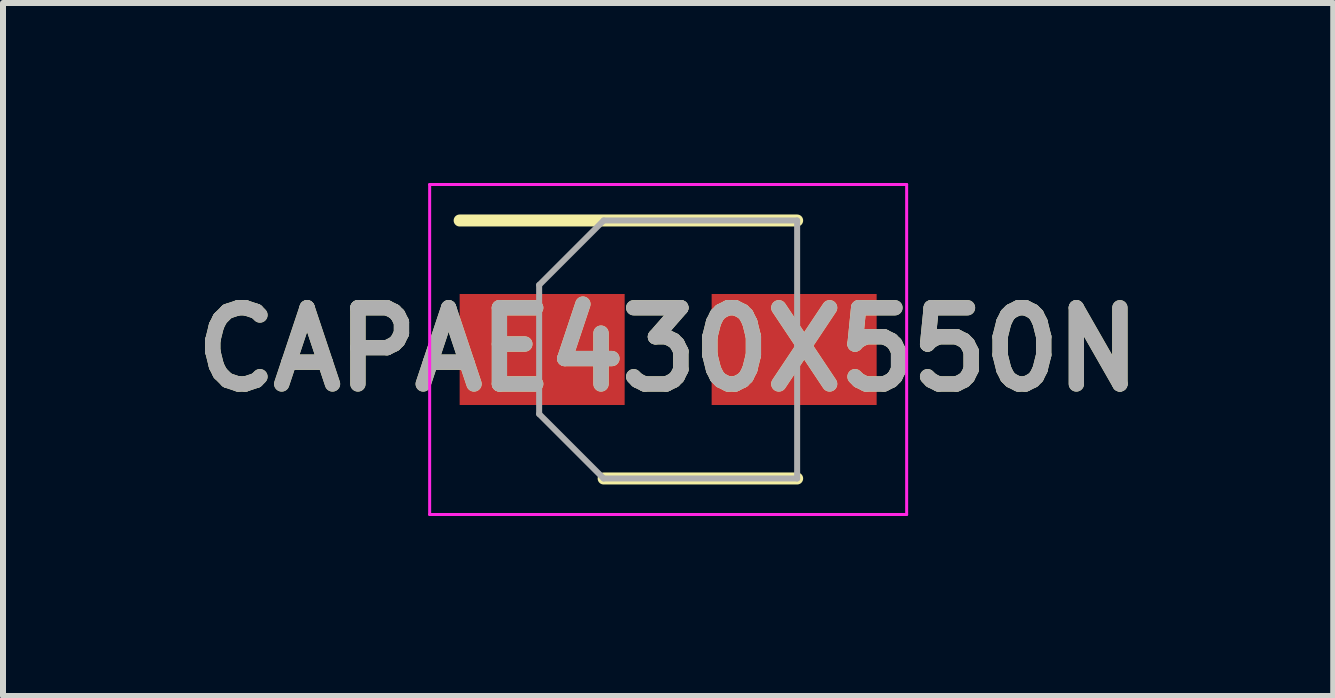
<source format=kicad_pcb>
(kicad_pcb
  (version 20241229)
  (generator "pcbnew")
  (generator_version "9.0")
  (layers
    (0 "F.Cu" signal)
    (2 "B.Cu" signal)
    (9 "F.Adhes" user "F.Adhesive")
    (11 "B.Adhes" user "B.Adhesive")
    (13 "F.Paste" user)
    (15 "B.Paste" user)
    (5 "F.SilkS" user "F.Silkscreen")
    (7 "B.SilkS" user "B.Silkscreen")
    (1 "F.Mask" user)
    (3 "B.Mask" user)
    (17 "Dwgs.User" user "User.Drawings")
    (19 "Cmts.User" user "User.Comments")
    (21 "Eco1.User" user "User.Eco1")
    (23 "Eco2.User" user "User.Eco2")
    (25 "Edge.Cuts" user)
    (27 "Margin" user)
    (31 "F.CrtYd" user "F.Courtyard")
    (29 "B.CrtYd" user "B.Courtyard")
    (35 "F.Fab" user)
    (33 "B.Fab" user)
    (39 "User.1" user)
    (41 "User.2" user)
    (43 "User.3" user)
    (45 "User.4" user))
  (footprint "CAPAE430X550N"
    (layer "F.Cu")
    (at 8.086 2.775)
    (property "Reference" "CAPAE430X550N" (at 0 0 0) (layer "F.SilkS") (effects (font (size 1.27 1.27) (thickness 0.254))))
    (attr smd)
    (fp_line (start -3.475 -2.15) (end 2.15 -2.15) (stroke (width 0.2) (type solid)) (layer "F.SilkS"))
    (fp_line (start -1.075 2.15) (end 2.15 2.15) (stroke (width 0.2) (type solid)) (layer "F.SilkS"))
    (fp_line (start -3.975 -2.75) (end 3.975 -2.75) (stroke (width 0.05) (type solid)) (layer "F.CrtYd"))
    (fp_line (start -3.975 2.75) (end -3.975 -2.75) (stroke (width 0.05) (type solid)) (layer "F.CrtYd"))
    (fp_line (start 3.975 -2.75) (end 3.975 2.75) (stroke (width 0.05) (type solid)) (layer "F.CrtYd"))
    (fp_line (start 3.975 2.75) (end -3.975 2.75) (stroke (width 0.05) (type solid)) (layer "F.CrtYd"))
    (fp_line (start -2.15 -1.075) (end -2.15 1.075) (stroke (width 0.1) (type solid)) (layer "F.Fab"))
    (fp_line (start -2.15 1.075) (end -1.075 2.15) (stroke (width 0.1) (type solid)) (layer "F.Fab"))
    (fp_line (start -1.075 -2.15) (end -2.15 -1.075) (stroke (width 0.1) (type solid)) (layer "F.Fab"))
    (fp_line (start -1.075 2.15) (end 2.15 2.15) (stroke (width 0.1) (type solid)) (layer "F.Fab"))
    (fp_line (start 2.15 -2.15) (end -1.075 -2.15) (stroke (width 0.1) (type solid)) (layer "F.Fab"))
    (fp_line (start 2.15 2.15) (end 2.15 -2.15) (stroke (width 0.1) (type solid)) (layer "F.Fab"))
    (fp_text user "${REFERENCE}" (at 0 0 0) (layer "F.Fab") (effects (font (size 1.27 1.27) (thickness 0.254))))
    (pad "1" smd rect (at -2.1 0 90) (size 1.85 2.75) (layers "F.Cu" "F.Mask" "F.Paste"))
    (pad "2" smd rect (at 2.1 0 90) (size 1.85 2.75) (layers "F.Cu" "F.Mask" "F.Paste")))
  (gr_rect
    (start -3 -3)
    (end 19.171 8.55)
    (stroke (width 0.1) (type default))
    (fill no)
    (layer "Edge.Cuts")))
</source>
